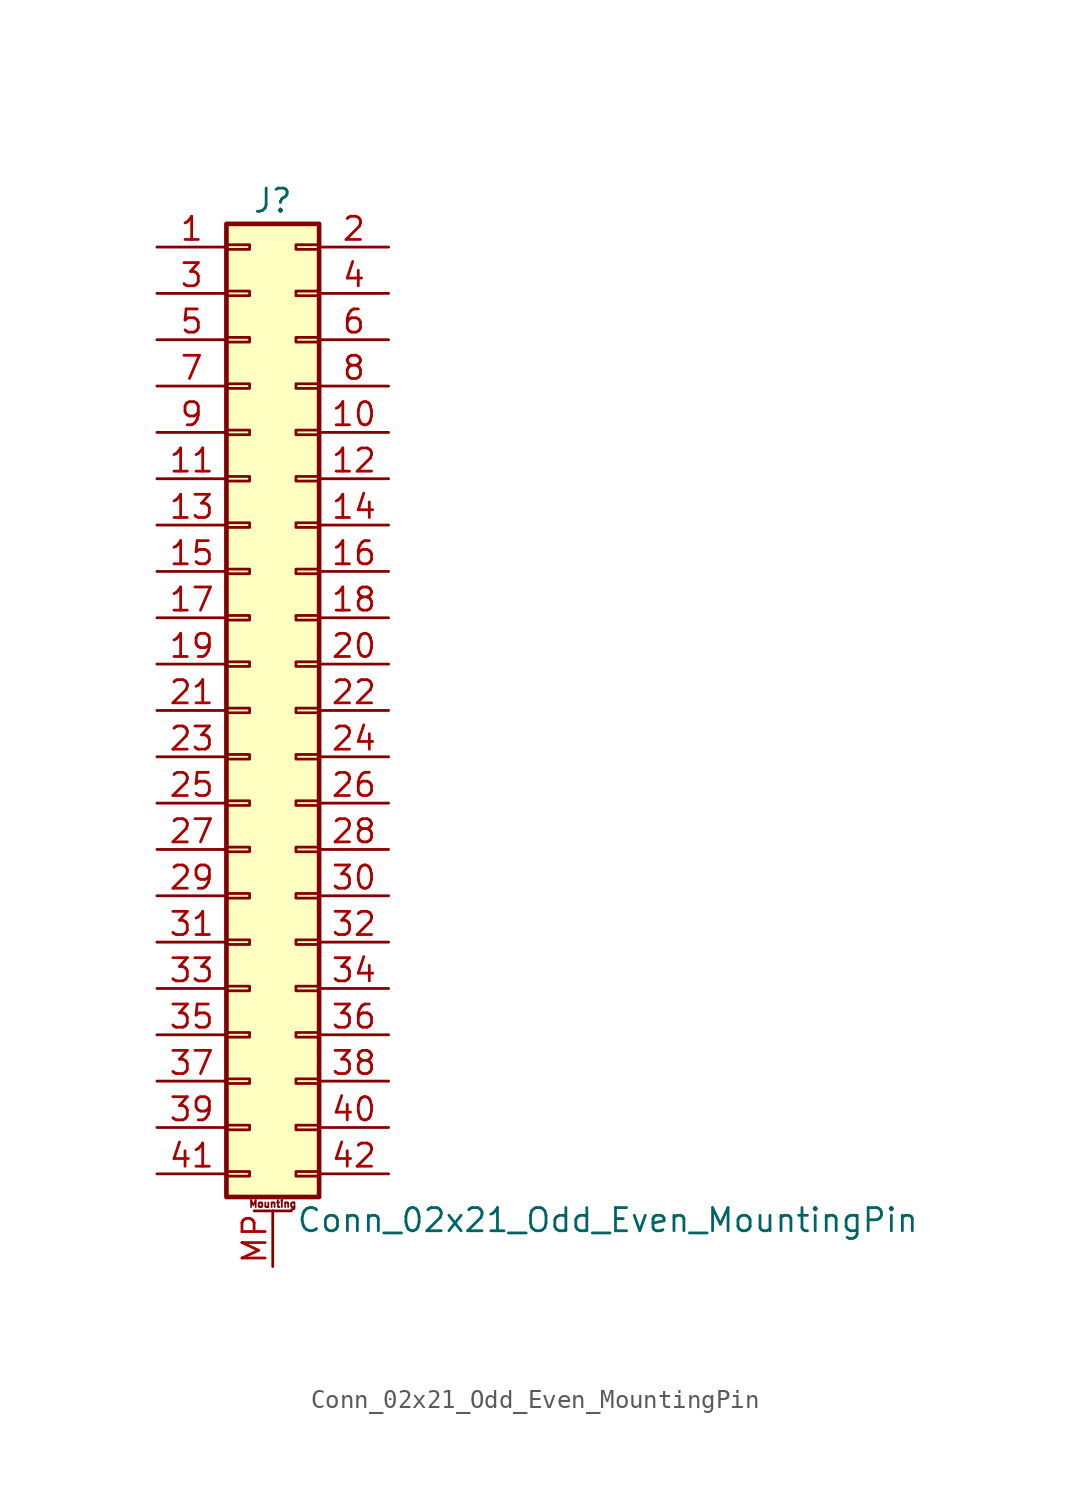
<source format=kicad_sym>
(kicad_symbol_lib
  (version 20220914)
  (generator kicad_symbol_editor)
  (symbol "Conn_02x21_Odd_Even_MountingPin"
    (pin_names
      (offset 1.016) hide)
    (property "Reference" "J"
      (at 1.27 27.94 0)
      (effects (font (size 1.27 1.27))))
    (property "Value" "Conn_02x21_Odd_Even_MountingPin"
      (at 2.54 -27.94 0)
      (effects (font (size 1.27 1.27)) (justify left)))
    (symbol "Conn_02x21_Odd_Even_MountingPin_1_1"
      (rectangle (start -1.27 -25.273) (end 0 -25.527) (stroke (width 0.152) (type default)) (fill (type none)))
      (rectangle (start -1.27 -22.733) (end 0 -22.987) (stroke (width 0.152) (type default)) (fill (type none)))
      (rectangle (start -1.27 -20.193) (end 0 -20.447) (stroke (width 0.152) (type default)) (fill (type none)))
      (rectangle (start -1.27 -17.653) (end 0 -17.907) (stroke (width 0.152) (type default)) (fill (type none)))
      (rectangle (start -1.27 -15.113) (end 0 -15.367) (stroke (width 0.152) (type default)) (fill (type none)))
      (rectangle (start -1.27 -12.573) (end 0 -12.827) (stroke (width 0.152) (type default)) (fill (type none)))
      (rectangle (start -1.27 -10.033) (end 0 -10.287) (stroke (width 0.152) (type default)) (fill (type none)))
      (rectangle (start -1.27 -7.493) (end 0 -7.747) (stroke (width 0.152) (type default)) (fill (type none)))
      (rectangle (start -1.27 -4.953) (end 0 -5.207) (stroke (width 0.152) (type default)) (fill (type none)))
      (rectangle (start -1.27 -2.413) (end 0 -2.667) (stroke (width 0.152) (type default)) (fill (type none)))
      (rectangle (start -1.27 0.127) (end 0 -0.127) (stroke (width 0.152) (type default)) (fill (type none)))
      (rectangle (start -1.27 2.667) (end 0 2.413) (stroke (width 0.152) (type default)) (fill (type none)))
      (rectangle (start -1.27 5.207) (end 0 4.953) (stroke (width 0.152) (type default)) (fill (type none)))
      (rectangle (start -1.27 7.747) (end 0 7.493) (stroke (width 0.152) (type default)) (fill (type none)))
      (rectangle (start -1.27 10.287) (end 0 10.033) (stroke (width 0.152) (type default)) (fill (type none)))
      (rectangle (start -1.27 12.827) (end 0 12.573) (stroke (width 0.152) (type default)) (fill (type none)))
      (rectangle (start -1.27 15.367) (end 0 15.113) (stroke (width 0.152) (type default)) (fill (type none)))
      (rectangle (start -1.27 17.907) (end 0 17.653) (stroke (width 0.152) (type default)) (fill (type none)))
      (rectangle (start -1.27 20.447) (end 0 20.193) (stroke (width 0.152) (type default)) (fill (type none)))
      (rectangle (start -1.27 22.987) (end 0 22.733) (stroke (width 0.152) (type default)) (fill (type none)))
      (rectangle (start -1.27 25.527) (end 0 25.273) (stroke (width 0.152) (type default)) (fill (type none)))
      (rectangle (start -1.27 26.67) (end 3.81 -26.67) (stroke (width 0.254) (type default)) (fill (type background)))
      (polyline (pts (xy 0.254 -27.432) (xy 2.286 -27.432)) (stroke (width 0.152) (type default)) (fill (type none)))
      (rectangle (start 3.81 -25.273) (end 2.54 -25.527) (stroke (width 0.152) (type default)) (fill (type none)))
      (rectangle (start 3.81 -22.733) (end 2.54 -22.987) (stroke (width 0.152) (type default)) (fill (type none)))
      (rectangle (start 3.81 -20.193) (end 2.54 -20.447) (stroke (width 0.152) (type default)) (fill (type none)))
      (rectangle (start 3.81 -17.653) (end 2.54 -17.907) (stroke (width 0.152) (type default)) (fill (type none)))
      (rectangle (start 3.81 -15.113) (end 2.54 -15.367) (stroke (width 0.152) (type default)) (fill (type none)))
      (rectangle (start 3.81 -12.573) (end 2.54 -12.827) (stroke (width 0.152) (type default)) (fill (type none)))
      (rectangle (start 3.81 -10.033) (end 2.54 -10.287) (stroke (width 0.152) (type default)) (fill (type none)))
      (rectangle (start 3.81 -7.493) (end 2.54 -7.747) (stroke (width 0.152) (type default)) (fill (type none)))
      (rectangle (start 3.81 -4.953) (end 2.54 -5.207) (stroke (width 0.152) (type default)) (fill (type none)))
      (rectangle (start 3.81 -2.413) (end 2.54 -2.667) (stroke (width 0.152) (type default)) (fill (type none)))
      (rectangle (start 3.81 0.127) (end 2.54 -0.127) (stroke (width 0.152) (type default)) (fill (type none)))
      (rectangle (start 3.81 2.667) (end 2.54 2.413) (stroke (width 0.152) (type default)) (fill (type none)))
      (rectangle (start 3.81 5.207) (end 2.54 4.953) (stroke (width 0.152) (type default)) (fill (type none)))
      (rectangle (start 3.81 7.747) (end 2.54 7.493) (stroke (width 0.152) (type default)) (fill (type none)))
      (rectangle (start 3.81 10.287) (end 2.54 10.033) (stroke (width 0.152) (type default)) (fill (type none)))
      (rectangle (start 3.81 12.827) (end 2.54 12.573) (stroke (width 0.152) (type default)) (fill (type none)))
      (rectangle (start 3.81 15.367) (end 2.54 15.113) (stroke (width 0.152) (type default)) (fill (type none)))
      (rectangle (start 3.81 17.907) (end 2.54 17.653) (stroke (width 0.152) (type default)) (fill (type none)))
      (rectangle (start 3.81 20.447) (end 2.54 20.193) (stroke (width 0.152) (type default)) (fill (type none)))
      (rectangle (start 3.81 22.987) (end 2.54 22.733) (stroke (width 0.152) (type default)) (fill (type none)))
      (rectangle (start 3.81 25.527) (end 2.54 25.273) (stroke (width 0.152) (type default)) (fill (type none)))
      (text "Mounting" (at 1.27 -27.051 0) (effects (font (size 0.381 0.381))))
      (pin passive line (at -5.08 25.4 0) (length 3.81) (name "Pin_1" (effects (font (size 1.27 1.27)))) (number "1" (effects (font (size 1.27 1.27)))))
      (pin passive line (at 7.62 15.24 180) (length 3.81) (name "Pin_10" (effects (font (size 1.27 1.27)))) (number "10" (effects (font (size 1.27 1.27)))))
      (pin passive line (at -5.08 12.7 0) (length 3.81) (name "Pin_11" (effects (font (size 1.27 1.27)))) (number "11" (effects (font (size 1.27 1.27)))))
      (pin passive line (at 7.62 12.7 180) (length 3.81) (name "Pin_12" (effects (font (size 1.27 1.27)))) (number "12" (effects (font (size 1.27 1.27)))))
      (pin passive line (at -5.08 10.16 0) (length 3.81) (name "Pin_13" (effects (font (size 1.27 1.27)))) (number "13" (effects (font (size 1.27 1.27)))))
      (pin passive line (at 7.62 10.16 180) (length 3.81) (name "Pin_14" (effects (font (size 1.27 1.27)))) (number "14" (effects (font (size 1.27 1.27)))))
      (pin passive line (at -5.08 7.62 0) (length 3.81) (name "Pin_15" (effects (font (size 1.27 1.27)))) (number "15" (effects (font (size 1.27 1.27)))))
      (pin passive line (at 7.62 7.62 180) (length 3.81) (name "Pin_16" (effects (font (size 1.27 1.27)))) (number "16" (effects (font (size 1.27 1.27)))))
      (pin passive line (at -5.08 5.08 0) (length 3.81) (name "Pin_17" (effects (font (size 1.27 1.27)))) (number "17" (effects (font (size 1.27 1.27)))))
      (pin passive line (at 7.62 5.08 180) (length 3.81) (name "Pin_18" (effects (font (size 1.27 1.27)))) (number "18" (effects (font (size 1.27 1.27)))))
      (pin passive line (at -5.08 2.54 0) (length 3.81) (name "Pin_19" (effects (font (size 1.27 1.27)))) (number "19" (effects (font (size 1.27 1.27)))))
      (pin passive line (at 7.62 25.4 180) (length 3.81) (name "Pin_2" (effects (font (size 1.27 1.27)))) (number "2" (effects (font (size 1.27 1.27)))))
      (pin passive line (at 7.62 2.54 180) (length 3.81) (name "Pin_20" (effects (font (size 1.27 1.27)))) (number "20" (effects (font (size 1.27 1.27)))))
      (pin passive line (at -5.08 0 0) (length 3.81) (name "Pin_21" (effects (font (size 1.27 1.27)))) (number "21" (effects (font (size 1.27 1.27)))))
      (pin passive line (at 7.62 0 180) (length 3.81) (name "Pin_22" (effects (font (size 1.27 1.27)))) (number "22" (effects (font (size 1.27 1.27)))))
      (pin passive line (at -5.08 -2.54 0) (length 3.81) (name "Pin_23" (effects (font (size 1.27 1.27)))) (number "23" (effects (font (size 1.27 1.27)))))
      (pin passive line (at 7.62 -2.54 180) (length 3.81) (name "Pin_24" (effects (font (size 1.27 1.27)))) (number "24" (effects (font (size 1.27 1.27)))))
      (pin passive line (at -5.08 -5.08 0) (length 3.81) (name "Pin_25" (effects (font (size 1.27 1.27)))) (number "25" (effects (font (size 1.27 1.27)))))
      (pin passive line (at 7.62 -5.08 180) (length 3.81) (name "Pin_26" (effects (font (size 1.27 1.27)))) (number "26" (effects (font (size 1.27 1.27)))))
      (pin passive line (at -5.08 -7.62 0) (length 3.81) (name "Pin_27" (effects (font (size 1.27 1.27)))) (number "27" (effects (font (size 1.27 1.27)))))
      (pin passive line (at 7.62 -7.62 180) (length 3.81) (name "Pin_28" (effects (font (size 1.27 1.27)))) (number "28" (effects (font (size 1.27 1.27)))))
      (pin passive line (at -5.08 -10.16 0) (length 3.81) (name "Pin_29" (effects (font (size 1.27 1.27)))) (number "29" (effects (font (size 1.27 1.27)))))
      (pin passive line (at -5.08 22.86 0) (length 3.81) (name "Pin_3" (effects (font (size 1.27 1.27)))) (number "3" (effects (font (size 1.27 1.27)))))
      (pin passive line (at 7.62 -10.16 180) (length 3.81) (name "Pin_30" (effects (font (size 1.27 1.27)))) (number "30" (effects (font (size 1.27 1.27)))))
      (pin passive line (at -5.08 -12.7 0) (length 3.81) (name "Pin_31" (effects (font (size 1.27 1.27)))) (number "31" (effects (font (size 1.27 1.27)))))
      (pin passive line (at 7.62 -12.7 180) (length 3.81) (name "Pin_32" (effects (font (size 1.27 1.27)))) (number "32" (effects (font (size 1.27 1.27)))))
      (pin passive line (at -5.08 -15.24 0) (length 3.81) (name "Pin_33" (effects (font (size 1.27 1.27)))) (number "33" (effects (font (size 1.27 1.27)))))
      (pin passive line (at 7.62 -15.24 180) (length 3.81) (name "Pin_34" (effects (font (size 1.27 1.27)))) (number "34" (effects (font (size 1.27 1.27)))))
      (pin passive line (at -5.08 -17.78 0) (length 3.81) (name "Pin_35" (effects (font (size 1.27 1.27)))) (number "35" (effects (font (size 1.27 1.27)))))
      (pin passive line (at 7.62 -17.78 180) (length 3.81) (name "Pin_36" (effects (font (size 1.27 1.27)))) (number "36" (effects (font (size 1.27 1.27)))))
      (pin passive line (at -5.08 -20.32 0) (length 3.81) (name "Pin_37" (effects (font (size 1.27 1.27)))) (number "37" (effects (font (size 1.27 1.27)))))
      (pin passive line (at 7.62 -20.32 180) (length 3.81) (name "Pin_38" (effects (font (size 1.27 1.27)))) (number "38" (effects (font (size 1.27 1.27)))))
      (pin passive line (at -5.08 -22.86 0) (length 3.81) (name "Pin_39" (effects (font (size 1.27 1.27)))) (number "39" (effects (font (size 1.27 1.27)))))
      (pin passive line (at 7.62 22.86 180) (length 3.81) (name "Pin_4" (effects (font (size 1.27 1.27)))) (number "4" (effects (font (size 1.27 1.27)))))
      (pin passive line (at 7.62 -22.86 180) (length 3.81) (name "Pin_40" (effects (font (size 1.27 1.27)))) (number "40" (effects (font (size 1.27 1.27)))))
      (pin passive line (at -5.08 -25.4 0) (length 3.81) (name "Pin_41" (effects (font (size 1.27 1.27)))) (number "41" (effects (font (size 1.27 1.27)))))
      (pin passive line (at 7.62 -25.4 180) (length 3.81) (name "Pin_42" (effects (font (size 1.27 1.27)))) (number "42" (effects (font (size 1.27 1.27)))))
      (pin passive line (at -5.08 20.32 0) (length 3.81) (name "Pin_5" (effects (font (size 1.27 1.27)))) (number "5" (effects (font (size 1.27 1.27)))))
      (pin passive line (at 7.62 20.32 180) (length 3.81) (name "Pin_6" (effects (font (size 1.27 1.27)))) (number "6" (effects (font (size 1.27 1.27)))))
      (pin passive line (at -5.08 17.78 0) (length 3.81) (name "Pin_7" (effects (font (size 1.27 1.27)))) (number "7" (effects (font (size 1.27 1.27)))))
      (pin passive line (at 7.62 17.78 180) (length 3.81) (name "Pin_8" (effects (font (size 1.27 1.27)))) (number "8" (effects (font (size 1.27 1.27)))))
      (pin passive line (at -5.08 15.24 0) (length 3.81) (name "Pin_9" (effects (font (size 1.27 1.27)))) (number "9" (effects (font (size 1.27 1.27)))))
      (pin passive line (at 1.27 -30.48 90) (length 3.048) (name "MountPin" (effects (font (size 1.27 1.27)))) (number "MP" (effects (font (size 1.27 1.27))))))))
</source>
